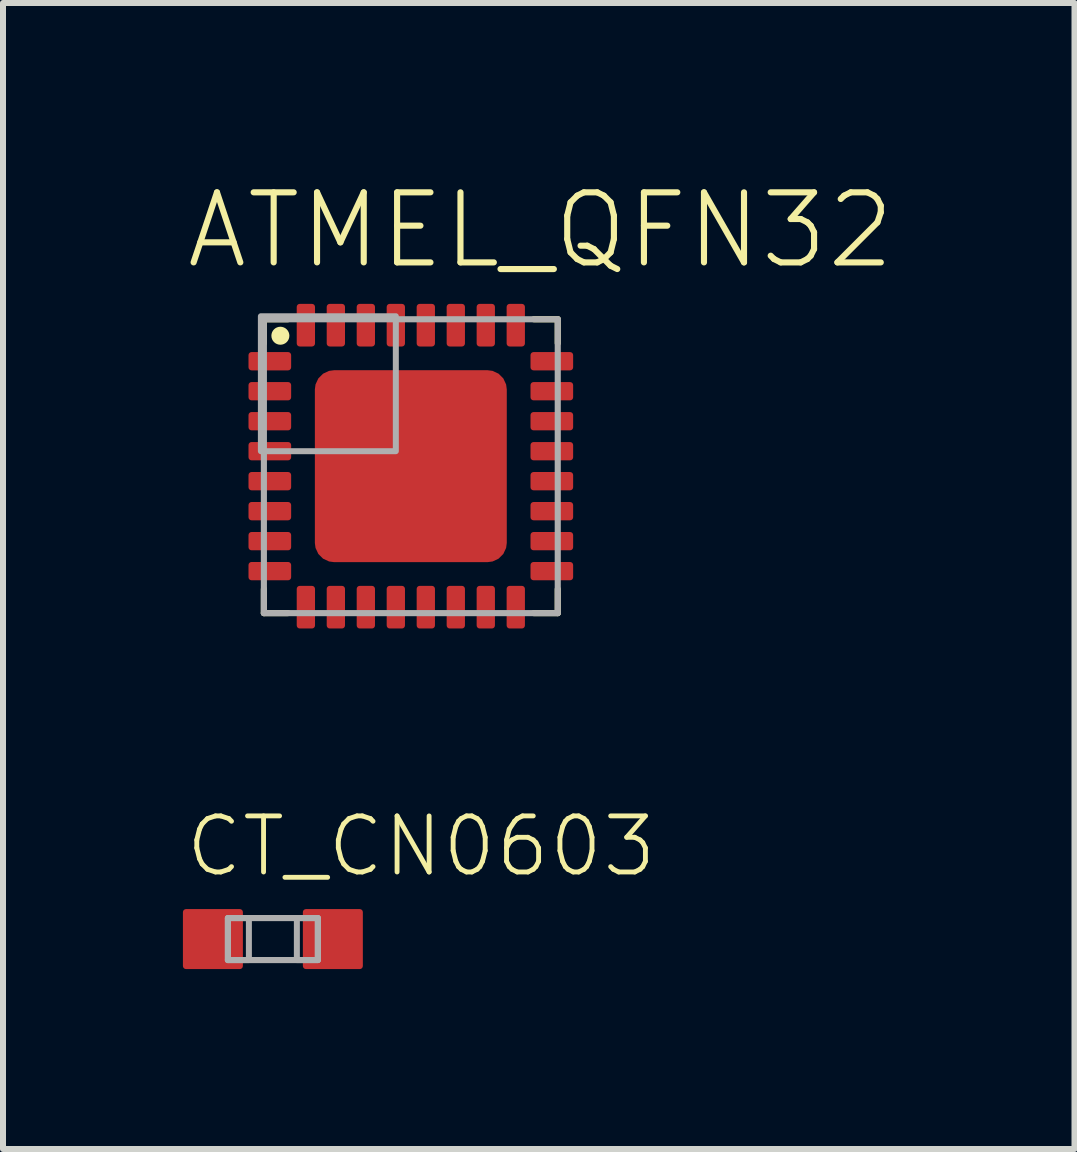
<source format=kicad_pcb>
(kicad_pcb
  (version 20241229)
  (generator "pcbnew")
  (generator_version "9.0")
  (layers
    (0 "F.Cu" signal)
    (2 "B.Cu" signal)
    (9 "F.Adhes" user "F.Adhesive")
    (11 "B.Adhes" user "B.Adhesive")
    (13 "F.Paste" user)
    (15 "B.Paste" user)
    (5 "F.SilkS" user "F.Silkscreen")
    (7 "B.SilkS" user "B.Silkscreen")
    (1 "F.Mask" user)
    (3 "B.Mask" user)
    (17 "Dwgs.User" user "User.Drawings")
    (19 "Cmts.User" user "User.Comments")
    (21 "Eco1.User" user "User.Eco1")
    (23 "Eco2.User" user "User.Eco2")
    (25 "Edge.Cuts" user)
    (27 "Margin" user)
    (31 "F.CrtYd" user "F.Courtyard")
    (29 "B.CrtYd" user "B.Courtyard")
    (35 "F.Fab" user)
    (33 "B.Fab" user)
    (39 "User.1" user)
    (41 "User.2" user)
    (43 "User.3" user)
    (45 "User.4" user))
  (footprint "ATMEL_QFN32"
    (layer "F.Cu")
    (at 3.8 4.723)
    (property "Reference" "ATMEL_QFN32" (at -3.8 -3.25 0) (unlocked yes) (layer "F.SilkS") (effects (font (size 1.168 1.168) (thickness 0.102)) (justify left bottom)))
    (fp_poly (pts (xy -1.999 -1.099) (xy -2.601 -1.099) (xy -2.601 -1.401) (xy -1.999 -1.401)) (stroke (width 0) (type default)) (fill yes) (layer "F.Mask"))
    (fp_poly (pts (xy -1.999 -0.599) (xy -2.601 -0.599) (xy -2.601 -0.901) (xy -1.999 -0.901)) (stroke (width 0) (type default)) (fill yes) (layer "F.Mask"))
    (fp_poly (pts (xy -1.999 -0.099) (xy -2.601 -0.099) (xy -2.601 -0.401) (xy -1.999 -0.401)) (stroke (width 0) (type default)) (fill yes) (layer "F.Mask"))
    (fp_poly (pts (xy -1.999 0.401) (xy -2.601 0.401) (xy -2.601 0.099) (xy -1.999 0.099)) (stroke (width 0) (type default)) (fill yes) (layer "F.Mask"))
    (fp_poly (pts (xy -1.999 0.901) (xy -2.601 0.901) (xy -2.601 0.599) (xy -1.999 0.599)) (stroke (width 0) (type default)) (fill yes) (layer "F.Mask"))
    (fp_poly (pts (xy -1.999 1.401) (xy -2.601 1.401) (xy -2.601 1.099) (xy -1.999 1.099)) (stroke (width 0) (type default)) (fill yes) (layer "F.Mask"))
    (fp_poly (pts (xy -1.099 -1.999) (xy -1.401 -1.999) (xy -1.401 -2.601) (xy -1.099 -2.601)) (stroke (width 0) (type default)) (fill yes) (layer "F.Mask"))
    (fp_poly (pts (xy -1.099 2.601) (xy -1.401 2.601) (xy -1.401 1.999) (xy -1.099 1.999)) (stroke (width 0) (type default)) (fill yes) (layer "F.Mask"))
    (fp_poly (pts (xy -0.599 -1.999) (xy -0.901 -1.999) (xy -0.901 -2.601) (xy -0.599 -2.601)) (stroke (width 0) (type default)) (fill yes) (layer "F.Mask"))
    (fp_poly (pts (xy -0.599 2.601) (xy -0.901 2.601) (xy -0.901 1.999) (xy -0.599 1.999)) (stroke (width 0) (type default)) (fill yes) (layer "F.Mask"))
    (fp_poly (pts (xy -0.099 -1.999) (xy -0.401 -1.999) (xy -0.401 -2.601) (xy -0.099 -2.601)) (stroke (width 0) (type default)) (fill yes) (layer "F.Mask"))
    (fp_poly (pts (xy -0.099 2.601) (xy -0.401 2.601) (xy -0.401 1.999) (xy -0.099 1.999)) (stroke (width 0) (type default)) (fill yes) (layer "F.Mask"))
    (fp_poly (pts (xy 0.401 -1.999) (xy 0.099 -1.999) (xy 0.099 -2.601) (xy 0.401 -2.601)) (stroke (width 0) (type default)) (fill yes) (layer "F.Mask"))
    (fp_poly (pts (xy 0.401 2.601) (xy 0.099 2.601) (xy 0.099 1.999) (xy 0.401 1.999)) (stroke (width 0) (type default)) (fill yes) (layer "F.Mask"))
    (fp_poly (pts (xy 0.901 -1.999) (xy 0.599 -1.999) (xy 0.599 -2.601) (xy 0.901 -2.601)) (stroke (width 0) (type default)) (fill yes) (layer "F.Mask"))
    (fp_poly (pts (xy 0.901 2.601) (xy 0.599 2.601) (xy 0.599 1.999) (xy 0.901 1.999)) (stroke (width 0) (type default)) (fill yes) (layer "F.Mask"))
    (fp_poly (pts (xy 1.401 -1.999) (xy 1.099 -1.999) (xy 1.099 -2.601) (xy 1.401 -2.601)) (stroke (width 0) (type default)) (fill yes) (layer "F.Mask"))
    (fp_poly (pts (xy 1.401 2.601) (xy 1.099 2.601) (xy 1.099 1.999) (xy 1.401 1.999)) (stroke (width 0) (type default)) (fill yes) (layer "F.Mask"))
    (fp_poly (pts (xy 2.601 -1.099) (xy 1.999 -1.099) (xy 1.999 -1.401) (xy 2.601 -1.401)) (stroke (width 0) (type default)) (fill yes) (layer "F.Mask"))
    (fp_poly (pts (xy 2.601 -0.599) (xy 1.999 -0.599) (xy 1.999 -0.901) (xy 2.601 -0.901)) (stroke (width 0) (type default)) (fill yes) (layer "F.Mask"))
    (fp_poly (pts (xy 2.601 -0.099) (xy 1.999 -0.099) (xy 1.999 -0.401) (xy 2.601 -0.401)) (stroke (width 0) (type default)) (fill yes) (layer "F.Mask"))
    (fp_poly (pts (xy 2.601 0.401) (xy 1.999 0.401) (xy 1.999 0.099) (xy 2.601 0.099)) (stroke (width 0) (type default)) (fill yes) (layer "F.Mask"))
    (fp_poly (pts (xy 2.601 0.901) (xy 1.999 0.901) (xy 1.999 0.599) (xy 2.601 0.599)) (stroke (width 0) (type default)) (fill yes) (layer "F.Mask"))
    (fp_poly (pts (xy 2.601 1.401) (xy 1.999 1.401) (xy 1.999 1.099) (xy 2.601 1.099)) (stroke (width 0) (type default)) (fill yes) (layer "F.Mask"))
    (fp_poly (pts (xy -1.999 -1.821) (xy -1.999 -1.599) (xy -2.601 -1.599) (xy -2.601 -1.901) (xy -2.079 -1.901)) (stroke (width 0) (type default)) (fill yes) (layer "F.Mask"))
    (fp_poly (pts (xy -1.999 1.821) (xy -2.079 1.901) (xy -2.601 1.901) (xy -2.601 1.599) (xy -1.999 1.599)) (stroke (width 0) (type default)) (fill yes) (layer "F.Mask"))
    (fp_poly (pts (xy -1.599 -1.999) (xy -1.821 -1.999) (xy -1.901 -2.079) (xy -1.901 -2.601) (xy -1.599 -2.601)) (stroke (width 0) (type default)) (fill yes) (layer "F.Mask"))
    (fp_poly (pts (xy -1.599 2.601) (xy -1.901 2.601) (xy -1.901 2.079) (xy -1.821 1.999) (xy -1.599 1.999)) (stroke (width 0) (type default)) (fill yes) (layer "F.Mask"))
    (fp_poly (pts (xy 1.575 1.575) (xy -1.575 1.575) (xy -1.575 -1.279) (xy -1.279 -1.575) (xy 1.575 -1.575)) (stroke (width 0) (type default)) (fill yes) (layer "F.Mask"))
    (fp_poly (pts (xy 1.901 -2.079) (xy 1.821 -1.999) (xy 1.599 -1.999) (xy 1.599 -2.601) (xy 1.901 -2.601)) (stroke (width 0) (type default)) (fill yes) (layer "F.Mask"))
    (fp_poly (pts (xy 1.901 2.079) (xy 1.901 2.601) (xy 1.599 2.601) (xy 1.599 1.999) (xy 1.821 1.999)) (stroke (width 0) (type default)) (fill yes) (layer "F.Mask"))
    (fp_poly (pts (xy 2.601 -1.599) (xy 1.999 -1.599) (xy 1.999 -1.821) (xy 2.079 -1.901) (xy 2.601 -1.901)) (stroke (width 0) (type default)) (fill yes) (layer "F.Mask"))
    (fp_poly (pts (xy 2.601 1.901) (xy 2.079 1.901) (xy 1.999 1.821) (xy 1.999 1.599) (xy 2.601 1.599)) (stroke (width 0) (type default)) (fill yes) (layer "F.Mask"))
    (fp_line (start -2.45 -2.45) (end -2.05 -2.45) (stroke (width 0.102) (type solid)) (layer "F.SilkS"))
    (fp_line (start -2.45 -2.05) (end -2.45 -2.45) (stroke (width 0.102) (type solid)) (layer "F.SilkS"))
    (fp_line (start -2.45 2.45) (end -2.45 2.05) (stroke (width 0.102) (type solid)) (layer "F.SilkS"))
    (fp_line (start -2.05 2.45) (end -2.45 2.45) (stroke (width 0.102) (type solid)) (layer "F.SilkS"))
    (fp_line (start 2.05 -2.45) (end 2.45 -2.45) (stroke (width 0.102) (type solid)) (layer "F.SilkS"))
    (fp_line (start 2.45 -2.45) (end 2.45 -2.05) (stroke (width 0.102) (type solid)) (layer "F.SilkS"))
    (fp_line (start 2.45 2.05) (end 2.45 2.45) (stroke (width 0.102) (type solid)) (layer "F.SilkS"))
    (fp_line (start 2.45 2.45) (end 2.05 2.45) (stroke (width 0.102) (type solid)) (layer "F.SilkS"))
    (fp_circle (center -2.175 -2.175) (end -2.1 -2.175) (stroke (width 0.15) (type solid)) (fill yes) (layer "F.SilkS"))
    (fp_poly (pts (xy -2.024 -1.124) (xy -2.576 -1.124) (xy -2.576 -1.376) (xy -2.024 -1.376)) (stroke (width 0) (type default)) (fill yes) (layer "F.Paste"))
    (fp_poly (pts (xy -2.024 -0.624) (xy -2.576 -0.624) (xy -2.576 -0.876) (xy -2.024 -0.876)) (stroke (width 0) (type default)) (fill yes) (layer "F.Paste"))
    (fp_poly (pts (xy -2.024 -0.124) (xy -2.576 -0.124) (xy -2.576 -0.376) (xy -2.024 -0.376)) (stroke (width 0) (type default)) (fill yes) (layer "F.Paste"))
    (fp_poly (pts (xy -2.024 0.376) (xy -2.576 0.376) (xy -2.576 0.124) (xy -2.024 0.124)) (stroke (width 0) (type default)) (fill yes) (layer "F.Paste"))
    (fp_poly (pts (xy -2.024 0.876) (xy -2.576 0.876) (xy -2.576 0.624) (xy -2.024 0.624)) (stroke (width 0) (type default)) (fill yes) (layer "F.Paste"))
    (fp_poly (pts (xy -2.024 1.376) (xy -2.576 1.376) (xy -2.576 1.124) (xy -2.024 1.124)) (stroke (width 0) (type default)) (fill yes) (layer "F.Paste"))
    (fp_poly (pts (xy -1.3 -0.1) (xy -0.7 -0.1) (xy -0.7 -0.4) (xy -1.3 -0.4)) (stroke (width 0) (type default)) (fill yes) (layer "F.Paste"))
    (fp_poly (pts (xy -1.3 0.4) (xy -0.7 0.4) (xy -0.7 0.1) (xy -1.3 0.1)) (stroke (width 0) (type default)) (fill yes) (layer "F.Paste"))
    (fp_poly (pts (xy -1.124 -2.024) (xy -1.376 -2.024) (xy -1.376 -2.576) (xy -1.124 -2.576)) (stroke (width 0) (type default)) (fill yes) (layer "F.Paste"))
    (fp_poly (pts (xy -1.124 2.576) (xy -1.376 2.576) (xy -1.376 2.024) (xy -1.124 2.024)) (stroke (width 0) (type default)) (fill yes) (layer "F.Paste"))
    (fp_poly (pts (xy -0.624 -2.024) (xy -0.876 -2.024) (xy -0.876 -2.576) (xy -0.624 -2.576)) (stroke (width 0) (type default)) (fill yes) (layer "F.Paste"))
    (fp_poly (pts (xy -0.624 2.576) (xy -0.876 2.576) (xy -0.876 2.024) (xy -0.624 2.024)) (stroke (width 0) (type default)) (fill yes) (layer "F.Paste"))
    (fp_poly (pts (xy -0.3 -1.1) (xy 0.3 -1.1) (xy 0.3 -1.4) (xy -0.3 -1.4)) (stroke (width 0) (type default)) (fill yes) (layer "F.Paste"))
    (fp_poly (pts (xy -0.3 -0.6) (xy 0.3 -0.6) (xy 0.3 -0.9) (xy -0.3 -0.9)) (stroke (width 0) (type default)) (fill yes) (layer "F.Paste"))
    (fp_poly (pts (xy -0.3 -0.1) (xy 0.3 -0.1) (xy 0.3 -0.4) (xy -0.3 -0.4)) (stroke (width 0) (type default)) (fill yes) (layer "F.Paste"))
    (fp_poly (pts (xy -0.3 0.4) (xy 0.3 0.4) (xy 0.3 0.1) (xy -0.3 0.1)) (stroke (width 0) (type default)) (fill yes) (layer "F.Paste"))
    (fp_poly (pts (xy -0.3 0.9) (xy 0.3 0.9) (xy 0.3 0.6) (xy -0.3 0.6)) (stroke (width 0) (type default)) (fill yes) (layer "F.Paste"))
    (fp_poly (pts (xy -0.3 1.4) (xy 0.3 1.4) (xy 0.3 1.1) (xy -0.3 1.1)) (stroke (width 0) (type default)) (fill yes) (layer "F.Paste"))
    (fp_poly (pts (xy -0.124 -2.024) (xy -0.376 -2.024) (xy -0.376 -2.576) (xy -0.124 -2.576)) (stroke (width 0) (type default)) (fill yes) (layer "F.Paste"))
    (fp_poly (pts (xy -0.124 2.576) (xy -0.376 2.576) (xy -0.376 2.024) (xy -0.124 2.024)) (stroke (width 0) (type default)) (fill yes) (layer "F.Paste"))
    (fp_poly (pts (xy 0.376 -2.024) (xy 0.124 -2.024) (xy 0.124 -2.576) (xy 0.376 -2.576)) (stroke (width 0) (type default)) (fill yes) (layer "F.Paste"))
    (fp_poly (pts (xy 0.376 2.576) (xy 0.124 2.576) (xy 0.124 2.024) (xy 0.376 2.024)) (stroke (width 0) (type default)) (fill yes) (layer "F.Paste"))
    (fp_poly (pts (xy 0.7 -0.1) (xy 1.3 -0.1) (xy 1.3 -0.4) (xy 0.7 -0.4)) (stroke (width 0) (type default)) (fill yes) (layer "F.Paste"))
    (fp_poly (pts (xy 0.7 0.4) (xy 1.3 0.4) (xy 1.3 0.1) (xy 0.7 0.1)) (stroke (width 0) (type default)) (fill yes) (layer "F.Paste"))
    (fp_poly (pts (xy 0.876 -2.024) (xy 0.624 -2.024) (xy 0.624 -2.576) (xy 0.876 -2.576)) (stroke (width 0) (type default)) (fill yes) (layer "F.Paste"))
    (fp_poly (pts (xy 0.876 2.576) (xy 0.624 2.576) (xy 0.624 2.024) (xy 0.876 2.024)) (stroke (width 0) (type default)) (fill yes) (layer "F.Paste"))
    (fp_poly (pts (xy 1.376 -2.024) (xy 1.124 -2.024) (xy 1.124 -2.576) (xy 1.376 -2.576)) (stroke (width 0) (type default)) (fill yes) (layer "F.Paste"))
    (fp_poly (pts (xy 1.376 2.576) (xy 1.124 2.576) (xy 1.124 2.024) (xy 1.376 2.024)) (stroke (width 0) (type default)) (fill yes) (layer "F.Paste"))
    (fp_poly (pts (xy 2.576 -1.124) (xy 2.024 -1.124) (xy 2.024 -1.376) (xy 2.576 -1.376)) (stroke (width 0) (type default)) (fill yes) (layer "F.Paste"))
    (fp_poly (pts (xy 2.576 -0.624) (xy 2.024 -0.624) (xy 2.024 -0.876) (xy 2.576 -0.876)) (stroke (width 0) (type default)) (fill yes) (layer "F.Paste"))
    (fp_poly (pts (xy 2.576 -0.124) (xy 2.024 -0.124) (xy 2.024 -0.376) (xy 2.576 -0.376)) (stroke (width 0) (type default)) (fill yes) (layer "F.Paste"))
    (fp_poly (pts (xy 2.576 0.376) (xy 2.024 0.376) (xy 2.024 0.124) (xy 2.576 0.124)) (stroke (width 0) (type default)) (fill yes) (layer "F.Paste"))
    (fp_poly (pts (xy 2.576 0.876) (xy 2.024 0.876) (xy 2.024 0.624) (xy 2.576 0.624)) (stroke (width 0) (type default)) (fill yes) (layer "F.Paste"))
    (fp_poly (pts (xy 2.576 1.376) (xy 2.024 1.376) (xy 2.024 1.124) (xy 2.576 1.124)) (stroke (width 0) (type default)) (fill yes) (layer "F.Paste"))
    (fp_poly (pts (xy -2.024 -1.796) (xy -2.024 -1.624) (xy -2.576 -1.624) (xy -2.576 -1.876) (xy -2.104 -1.876)) (stroke (width 0) (type default)) (fill yes) (layer "F.Paste"))
    (fp_poly (pts (xy -2.024 1.796) (xy -2.104 1.876) (xy -2.576 1.876) (xy -2.576 1.624) (xy -2.024 1.624)) (stroke (width 0) (type default)) (fill yes) (layer "F.Paste"))
    (fp_poly (pts (xy -1.624 -2.024) (xy -1.796 -2.024) (xy -1.876 -2.104) (xy -1.876 -2.576) (xy -1.624 -2.576)) (stroke (width 0) (type default)) (fill yes) (layer "F.Paste"))
    (fp_poly (pts (xy -1.624 2.576) (xy -1.876 2.576) (xy -1.876 2.104) (xy -1.796 2.024) (xy -1.624 2.024)) (stroke (width 0) (type default)) (fill yes) (layer "F.Paste"))
    (fp_poly (pts (xy 1.876 -2.104) (xy 1.796 -2.024) (xy 1.624 -2.024) (xy 1.624 -2.576) (xy 1.876 -2.576)) (stroke (width 0) (type default)) (fill yes) (layer "F.Paste"))
    (fp_poly (pts (xy 1.876 2.104) (xy 1.876 2.576) (xy 1.624 2.576) (xy 1.624 2.024) (xy 1.796 2.024)) (stroke (width 0) (type default)) (fill yes) (layer "F.Paste"))
    (fp_poly (pts (xy 2.576 -1.624) (xy 2.024 -1.624) (xy 2.024 -1.796) (xy 2.104 -1.876) (xy 2.576 -1.876)) (stroke (width 0) (type default)) (fill yes) (layer "F.Paste"))
    (fp_poly (pts (xy 2.576 1.876) (xy 2.104 1.876) (xy 2.024 1.796) (xy 2.024 1.624) (xy 2.576 1.624)) (stroke (width 0) (type default)) (fill yes) (layer "F.Paste"))
    (fp_line (start -2.45 -2.45) (end 2.45 -2.45) (stroke (width 0.102) (type solid)) (layer "F.Fab"))
    (fp_line (start -2.45 2.45) (end -2.45 -2.45) (stroke (width 0.102) (type solid)) (layer "F.Fab"))
    (fp_line (start 2.45 -2.45) (end 2.45 2.45) (stroke (width 0.102) (type solid)) (layer "F.Fab"))
    (fp_line (start 2.45 2.45) (end -2.45 2.45) (stroke (width 0.102) (type solid)) (layer "F.Fab"))
    (fp_poly (pts (xy -2.5 -0.25) (xy -0.25 -0.25) (xy -0.25 -2.5) (xy -2.5 -2.5)) (stroke (width 0.1) (type default)) (fill no) (layer "F.Fab"))
    (pad "1" smd roundrect (at -2.351 -1.75) (size 0.711 0.305) (layers "F.Cu") (roundrect_rratio 0.167))
    (pad "2" smd roundrect (at -2.351 -1.25) (size 0.711 0.305) (layers "F.Cu") (roundrect_rratio 0.167))
    (pad "3" smd roundrect (at -2.351 -0.75) (size 0.711 0.305) (layers "F.Cu") (roundrect_rratio 0.167))
    (pad "4" smd roundrect (at -2.351 -0.25) (size 0.711 0.305) (layers "F.Cu") (roundrect_rratio 0.167))
    (pad "5" smd roundrect (at -2.351 0.25) (size 0.711 0.305) (layers "F.Cu") (roundrect_rratio 0.167))
    (pad "6" smd roundrect (at -2.351 0.75) (size 0.711 0.305) (layers "F.Cu") (roundrect_rratio 0.167))
    (pad "7" smd roundrect (at -2.351 1.25) (size 0.711 0.305) (layers "F.Cu") (roundrect_rratio 0.167))
    (pad "8" smd roundrect (at -2.351 1.75) (size 0.711 0.305) (layers "F.Cu") (roundrect_rratio 0.167))
    (pad "9" smd roundrect (at -1.75 2.351 90) (size 0.711 0.305) (layers "F.Cu") (roundrect_rratio 0.167))
    (pad "10" smd roundrect (at -1.25 2.351 90) (size 0.711 0.305) (layers "F.Cu") (roundrect_rratio 0.167))
    (pad "11" smd roundrect (at -0.75 2.351 90) (size 0.711 0.305) (layers "F.Cu") (roundrect_rratio 0.167))
    (pad "12" smd roundrect (at -0.25 2.351 90) (size 0.711 0.305) (layers "F.Cu") (roundrect_rratio 0.167))
    (pad "13" smd roundrect (at 0.25 2.351 90) (size 0.711 0.305) (layers "F.Cu") (roundrect_rratio 0.167))
    (pad "14" smd roundrect (at 0.75 2.351 90) (size 0.711 0.305) (layers "F.Cu") (roundrect_rratio 0.167))
    (pad "15" smd roundrect (at 1.25 2.351 90) (size 0.711 0.305) (layers "F.Cu") (roundrect_rratio 0.167))
    (pad "16" smd roundrect (at 1.75 2.351 90) (size 0.711 0.305) (layers "F.Cu") (roundrect_rratio 0.167))
    (pad "17" smd roundrect (at 2.351 1.75 180) (size 0.711 0.305) (layers "F.Cu") (roundrect_rratio 0.167))
    (pad "18" smd roundrect (at 2.351 1.25 180) (size 0.711 0.305) (layers "F.Cu") (roundrect_rratio 0.167))
    (pad "19" smd roundrect (at 2.351 0.75 180) (size 0.711 0.305) (layers "F.Cu") (roundrect_rratio 0.167))
    (pad "20" smd roundrect (at 2.351 0.25 180) (size 0.711 0.305) (layers "F.Cu") (roundrect_rratio 0.167))
    (pad "21" smd roundrect (at 2.351 -0.25 180) (size 0.711 0.305) (layers "F.Cu") (roundrect_rratio 0.167))
    (pad "22" smd roundrect (at 2.351 -0.75 180) (size 0.711 0.305) (layers "F.Cu") (roundrect_rratio 0.167))
    (pad "23" smd roundrect (at 2.351 -1.25 180) (size 0.711 0.305) (layers "F.Cu") (roundrect_rratio 0.167))
    (pad "24" smd roundrect (at 2.351 -1.75 180) (size 0.711 0.305) (layers "F.Cu") (roundrect_rratio 0.167))
    (pad "25" smd roundrect (at 1.75 -2.351 270) (size 0.711 0.305) (layers "F.Cu") (roundrect_rratio 0.167))
    (pad "26" smd roundrect (at 1.25 -2.351 270) (size 0.711 0.305) (layers "F.Cu") (roundrect_rratio 0.167))
    (pad "27" smd roundrect (at 0.75 -2.351 270) (size 0.711 0.305) (layers "F.Cu") (roundrect_rratio 0.167))
    (pad "28" smd roundrect (at 0.25 -2.351 270) (size 0.711 0.305) (layers "F.Cu") (roundrect_rratio 0.167))
    (pad "29" smd roundrect (at -0.25 -2.351 270) (size 0.711 0.305) (layers "F.Cu") (roundrect_rratio 0.167))
    (pad "30" smd roundrect (at -0.75 -2.351 270) (size 0.711 0.305) (layers "F.Cu") (roundrect_rratio 0.167))
    (pad "31" smd roundrect (at -1.25 -2.351 270) (size 0.711 0.305) (layers "F.Cu") (roundrect_rratio 0.167))
    (pad "32" smd roundrect (at -1.75 -2.351 270) (size 0.711 0.305) (layers "F.Cu") (roundrect_rratio 0.167))
    (pad "EXP" smd roundrect (at 0 0) (size 3.2 3.2) (layers "F.Cu") (roundrect_rratio 0.1)))
  (footprint "CT_CN0603"
    (layer "F.Cu")
    (at 1.5 12.608)
    (property "Reference" "CT_CN0603" (at -1.5 -1 0) (unlocked yes) (layer "F.SilkS") (effects (font (size 0.935 0.935) (thickness 0.081)) (justify left bottom)))
    (fp_line (start -0.75 -0.35) (end 0.75 -0.35) (stroke (width 0.102) (type solid)) (layer "F.Fab"))
    (fp_line (start -0.75 0.35) (end -0.75 -0.35) (stroke (width 0.102) (type solid)) (layer "F.Fab"))
    (fp_line (start 0.75 -0.35) (end 0.75 0.35) (stroke (width 0.102) (type solid)) (layer "F.Fab"))
    (fp_line (start 0.75 0.35) (end -0.75 0.35) (stroke (width 0.102) (type solid)) (layer "F.Fab"))
    (fp_poly (pts (xy -0.75 0.35) (xy -0.4 0.35) (xy -0.4 -0.35) (xy -0.75 -0.35)) (stroke (width 0.1) (type default)) (fill no) (layer "F.Fab"))
    (fp_poly (pts (xy 0.75 -0.35) (xy 0.4 -0.35) (xy 0.4 0.35) (xy 0.75 0.35)) (stroke (width 0.1) (type default)) (fill no) (layer "F.Fab"))
    (pad "1" smd roundrect (at -1 0) (size 1 1) (layers "F.Cu" "F.Mask" "F.Paste") (roundrect_rratio 0.051))
    (pad "2" smd roundrect (at 1 0) (size 1 1) (layers "F.Cu" "F.Mask" "F.Paste") (roundrect_rratio 0.051)))
  (gr_rect
    (start -3 -3)
    (end 14.866 16.108)
    (stroke (width 0.1) (type default))
    (fill no)
    (layer "Edge.Cuts")))
</source>
